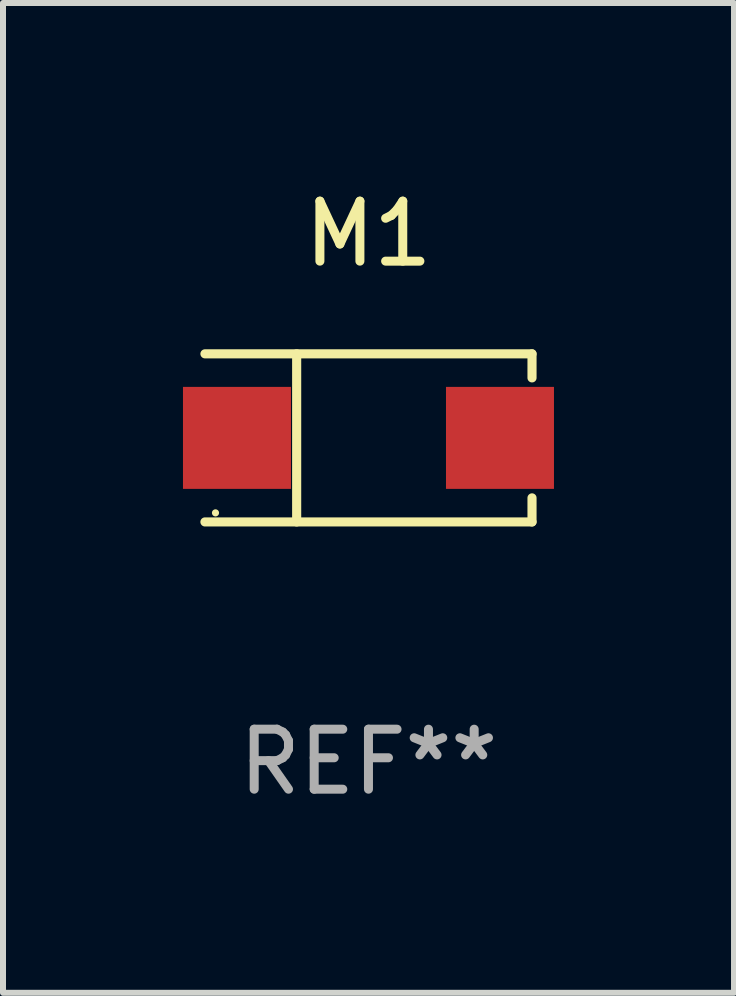
<source format=kicad_pcb>
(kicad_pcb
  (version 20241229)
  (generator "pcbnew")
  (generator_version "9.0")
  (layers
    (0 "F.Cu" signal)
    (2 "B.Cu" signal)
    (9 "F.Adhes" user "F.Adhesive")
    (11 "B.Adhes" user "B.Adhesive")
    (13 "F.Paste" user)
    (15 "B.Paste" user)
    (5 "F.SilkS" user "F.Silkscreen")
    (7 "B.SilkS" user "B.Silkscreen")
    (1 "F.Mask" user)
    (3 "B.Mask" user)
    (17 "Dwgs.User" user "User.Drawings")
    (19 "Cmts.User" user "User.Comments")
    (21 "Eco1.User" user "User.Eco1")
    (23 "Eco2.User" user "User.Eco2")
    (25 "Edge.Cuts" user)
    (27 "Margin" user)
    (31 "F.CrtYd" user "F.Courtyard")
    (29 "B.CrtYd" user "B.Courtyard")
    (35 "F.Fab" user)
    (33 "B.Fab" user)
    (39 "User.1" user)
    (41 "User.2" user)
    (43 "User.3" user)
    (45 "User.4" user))
  (footprint "M1"
    (layer "F.Cu")
    (at 3.092 4.249)
    (property "Reference" "M1" (at 0 -3.401 0) (layer "F.SilkS") (effects (font (size 1 1) (thickness 0.15))))
    (attr through_hole)
    (fp_line (start -2.726 -1.401) (end 2.726 -1.401) (stroke (width 0.152) (type solid)) (layer "F.SilkS"))
    (fp_line (start -2.726 1.401) (end 2.726 1.401) (stroke (width 0.152) (type solid)) (layer "F.SilkS"))
    (fp_line (start -1.197 -1.401) (end -1.197 1.401) (stroke (width 0.152) (type solid)) (layer "F.SilkS"))
    (fp_line (start 2.726 -1.401) (end 2.726 -1) (stroke (width 0.152) (type solid)) (layer "F.SilkS"))
    (fp_line (start 2.726 1.401) (end 2.726 1) (stroke (width 0.152) (type solid)) (layer "F.SilkS"))
    (fp_circle (center -2.55 1.25) (end -2.52 1.25) (stroke (width 0.06) (type solid)) (fill no) (layer "F.SilkS"))
    (fp_text user "REF**" (at 0 5.401 0) (layer "F.Fab") (effects (font (size 1 1) (thickness 0.15))))
    (pad "1" smd rect (at -2.192 0) (size 1.8 1.7) (layers "F.Cu" "F.Mask" "F.Paste"))
    (pad "2" smd rect (at 2.192 0) (size 1.8 1.7) (layers "F.Cu" "F.Mask" "F.Paste")))
  (gr_rect
    (start -3 -3)
    (end 9.185 13.499)
    (stroke (width 0.1) (type default))
    (fill no)
    (layer "Edge.Cuts")))
</source>
